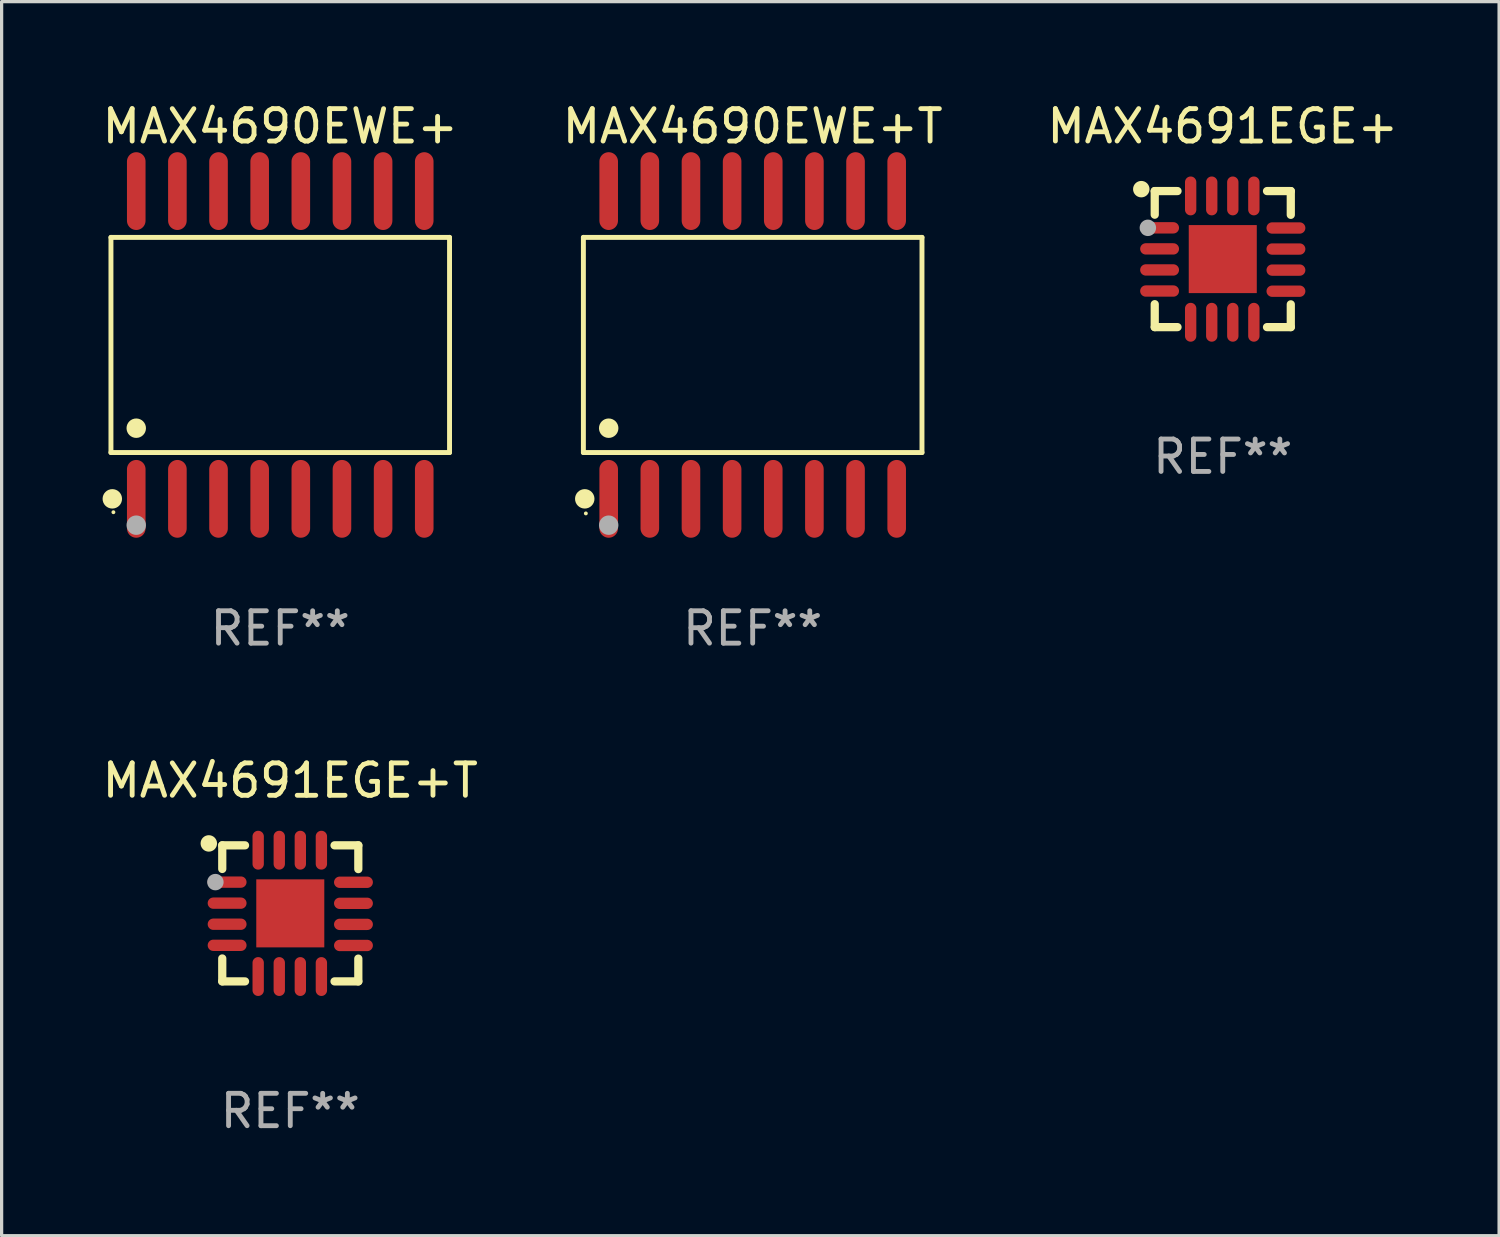
<source format=kicad_pcb>
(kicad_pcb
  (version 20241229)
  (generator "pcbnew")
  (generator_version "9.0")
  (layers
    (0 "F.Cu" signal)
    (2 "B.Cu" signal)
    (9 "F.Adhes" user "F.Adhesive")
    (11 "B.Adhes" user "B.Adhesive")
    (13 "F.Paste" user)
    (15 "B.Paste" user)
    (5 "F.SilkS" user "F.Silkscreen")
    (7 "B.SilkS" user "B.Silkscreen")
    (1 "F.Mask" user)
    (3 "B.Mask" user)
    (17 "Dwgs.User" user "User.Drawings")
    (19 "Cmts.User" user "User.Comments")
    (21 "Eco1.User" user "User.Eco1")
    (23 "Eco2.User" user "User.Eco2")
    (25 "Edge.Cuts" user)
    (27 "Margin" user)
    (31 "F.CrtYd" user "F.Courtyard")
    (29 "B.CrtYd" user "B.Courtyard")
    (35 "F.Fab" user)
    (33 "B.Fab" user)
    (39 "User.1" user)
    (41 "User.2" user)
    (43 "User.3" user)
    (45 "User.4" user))
  (footprint "MAX4691EGE+"
    (layer "F.Cu")
    (at 34.696 4.948)
    (property "Reference" "MAX4691EGE+" (at 0 -4.1 0) (layer "F.SilkS") (effects (font (size 1 1) (thickness 0.15))))
    (attr through_hole)
    (fp_line (start -2.1 -2.1) (end -2.1 -1.371) (stroke (width 0.254) (type solid)) (layer "F.SilkS"))
    (fp_line (start -2.1 -2.1) (end -1.397 -2.1) (stroke (width 0.254) (type solid)) (layer "F.SilkS"))
    (fp_line (start -2.1 1.392) (end -2.1 2.1) (stroke (width 0.254) (type solid)) (layer "F.SilkS"))
    (fp_line (start -2.1 2.1) (end -1.397 2.1) (stroke (width 0.254) (type solid)) (layer "F.SilkS"))
    (fp_line (start 1.366 -2.1) (end 2.1 -2.1) (stroke (width 0.254) (type solid)) (layer "F.SilkS"))
    (fp_line (start 1.366 2.1) (end 2.1 2.1) (stroke (width 0.254) (type solid)) (layer "F.SilkS"))
    (fp_line (start 2.1 -2.1) (end 2.1 -1.366) (stroke (width 0.254) (type solid)) (layer "F.SilkS"))
    (fp_line (start 2.1 1.397) (end 2.1 2.1) (stroke (width 0.254) (type solid)) (layer "F.SilkS"))
    (fp_circle (center -2.515 -2.159) (end -2.388 -2.159) (stroke (width 0.254) (type solid)) (fill no) (layer "F.SilkS"))
    (fp_circle (center -2.045 -1.97) (end -2.015 -1.97) (stroke (width 0.06) (type solid)) (fill no) (layer "F.SilkS"))
    (fp_circle (center -2.312 -0.965) (end -2.185 -0.965) (stroke (width 0.254) (type solid)) (fill no) (layer "F.Fab"))
    (fp_text user "REF**" (at 0 6.1 0) (layer "F.Fab") (effects (font (size 1 1) (thickness 0.15))))
    (pad "1" smd oval (at -1.95 -0.965 270) (size 0.35 1.2) (layers "F.Cu" "F.Mask" "F.Paste"))
    (pad "2" smd oval (at -1.95 -0.315 270) (size 0.35 1.2) (layers "F.Cu" "F.Mask" "F.Paste"))
    (pad "3" smd oval (at -1.95 0.335 270) (size 0.35 1.2) (layers "F.Cu" "F.Mask" "F.Paste"))
    (pad "4" smd oval (at -1.95 0.986 270) (size 0.35 1.2) (layers "F.Cu" "F.Mask" "F.Paste"))
    (pad "5" smd oval (at -0.991 1.95) (size 0.35 1.2) (layers "F.Cu" "F.Mask" "F.Paste"))
    (pad "6" smd oval (at -0.34 1.95) (size 0.35 1.2) (layers "F.Cu" "F.Mask" "F.Paste"))
    (pad "7" smd oval (at 0.31 1.95) (size 0.35 1.2) (layers "F.Cu" "F.Mask" "F.Paste"))
    (pad "8" smd oval (at 0.96 1.95) (size 0.35 1.2) (layers "F.Cu" "F.Mask" "F.Paste"))
    (pad "9" smd oval (at 1.95 0.991 270) (size 0.35 1.2) (layers "F.Cu" "F.Mask" "F.Paste"))
    (pad "10" smd oval (at 1.95 0.34 270) (size 0.35 1.2) (layers "F.Cu" "F.Mask" "F.Paste"))
    (pad "11" smd oval (at 1.95 -0.31 270) (size 0.35 1.2) (layers "F.Cu" "F.Mask" "F.Paste"))
    (pad "12" smd oval (at 1.95 -0.96 270) (size 0.35 1.2) (layers "F.Cu" "F.Mask" "F.Paste"))
    (pad "13" smd oval (at 0.96 -1.95) (size 0.35 1.2) (layers "F.Cu" "F.Mask" "F.Paste"))
    (pad "14" smd oval (at 0.31 -1.95) (size 0.35 1.2) (layers "F.Cu" "F.Mask" "F.Paste"))
    (pad "15" smd oval (at -0.34 -1.95) (size 0.35 1.2) (layers "F.Cu" "F.Mask" "F.Paste"))
    (pad "16" smd oval (at -0.991 -1.95) (size 0.35 1.2) (layers "F.Cu" "F.Mask" "F.Paste"))
    (pad "17" smd rect (at 0 0) (size 2.1 2.1) (layers "F.Cu" "F.Mask" "F.Paste")))
  (footprint "MAX4691EGE+T"
    (layer "F.Cu")
    (at 5.911 25.145)
    (property "Reference" "MAX4691EGE+T" (at 0 -4.1 0) (layer "F.SilkS") (effects (font (size 1 1) (thickness 0.15))))
    (attr through_hole)
    (fp_line (start -2.1 -2.1) (end -2.1 -1.371) (stroke (width 0.254) (type solid)) (layer "F.SilkS"))
    (fp_line (start -2.1 -2.1) (end -1.397 -2.1) (stroke (width 0.254) (type solid)) (layer "F.SilkS"))
    (fp_line (start -2.1 1.392) (end -2.1 2.1) (stroke (width 0.254) (type solid)) (layer "F.SilkS"))
    (fp_line (start -2.1 2.1) (end -1.397 2.1) (stroke (width 0.254) (type solid)) (layer "F.SilkS"))
    (fp_line (start 1.366 -2.1) (end 2.1 -2.1) (stroke (width 0.254) (type solid)) (layer "F.SilkS"))
    (fp_line (start 1.366 2.1) (end 2.1 2.1) (stroke (width 0.254) (type solid)) (layer "F.SilkS"))
    (fp_line (start 2.1 -2.1) (end 2.1 -1.366) (stroke (width 0.254) (type solid)) (layer "F.SilkS"))
    (fp_line (start 2.1 1.397) (end 2.1 2.1) (stroke (width 0.254) (type solid)) (layer "F.SilkS"))
    (fp_circle (center -2.515 -2.159) (end -2.388 -2.159) (stroke (width 0.254) (type solid)) (fill no) (layer "F.SilkS"))
    (fp_circle (center -2.045 -1.97) (end -2.015 -1.97) (stroke (width 0.06) (type solid)) (fill no) (layer "F.SilkS"))
    (fp_circle (center -2.312 -0.965) (end -2.185 -0.965) (stroke (width 0.254) (type solid)) (fill no) (layer "F.Fab"))
    (fp_text user "REF**" (at 0 6.1 0) (layer "F.Fab") (effects (font (size 1 1) (thickness 0.15))))
    (pad "1" smd oval (at -1.95 -0.965 270) (size 0.35 1.2) (layers "F.Cu" "F.Mask" "F.Paste"))
    (pad "2" smd oval (at -1.95 -0.315 270) (size 0.35 1.2) (layers "F.Cu" "F.Mask" "F.Paste"))
    (pad "3" smd oval (at -1.95 0.335 270) (size 0.35 1.2) (layers "F.Cu" "F.Mask" "F.Paste"))
    (pad "4" smd oval (at -1.95 0.986 270) (size 0.35 1.2) (layers "F.Cu" "F.Mask" "F.Paste"))
    (pad "5" smd oval (at -0.991 1.95) (size 0.35 1.2) (layers "F.Cu" "F.Mask" "F.Paste"))
    (pad "6" smd oval (at -0.34 1.95) (size 0.35 1.2) (layers "F.Cu" "F.Mask" "F.Paste"))
    (pad "7" smd oval (at 0.31 1.95) (size 0.35 1.2) (layers "F.Cu" "F.Mask" "F.Paste"))
    (pad "8" smd oval (at 0.96 1.95) (size 0.35 1.2) (layers "F.Cu" "F.Mask" "F.Paste"))
    (pad "9" smd oval (at 1.95 0.991 270) (size 0.35 1.2) (layers "F.Cu" "F.Mask" "F.Paste"))
    (pad "10" smd oval (at 1.95 0.34 270) (size 0.35 1.2) (layers "F.Cu" "F.Mask" "F.Paste"))
    (pad "11" smd oval (at 1.95 -0.31 270) (size 0.35 1.2) (layers "F.Cu" "F.Mask" "F.Paste"))
    (pad "12" smd oval (at 1.95 -0.96 270) (size 0.35 1.2) (layers "F.Cu" "F.Mask" "F.Paste"))
    (pad "13" smd oval (at 0.96 -1.95) (size 0.35 1.2) (layers "F.Cu" "F.Mask" "F.Paste"))
    (pad "14" smd oval (at 0.31 -1.95) (size 0.35 1.2) (layers "F.Cu" "F.Mask" "F.Paste"))
    (pad "15" smd oval (at -0.34 -1.95) (size 0.35 1.2) (layers "F.Cu" "F.Mask" "F.Paste"))
    (pad "16" smd oval (at -0.991 -1.95) (size 0.35 1.2) (layers "F.Cu" "F.Mask" "F.Paste"))
    (pad "17" smd rect (at 0 0) (size 2.1 2.1) (layers "F.Cu" "F.Mask" "F.Paste")))
  (footprint "MAX4690EWE+T"
    (layer "F.Cu")
    (at 20.185 7.599)
    (property "Reference" "MAX4690EWE+T" (at 0 -6.75 0) (layer "F.SilkS") (effects (font (size 1 1) (thickness 0.15))))
    (attr through_hole)
    (fp_line (start -5.226 -3.321) (end 5.226 -3.321) (stroke (width 0.152) (type solid)) (layer "F.SilkS"))
    (fp_line (start -5.226 3.321) (end -5.226 -3.321) (stroke (width 0.152) (type solid)) (layer "F.SilkS"))
    (fp_line (start 5.226 -3.321) (end 5.226 3.321) (stroke (width 0.152) (type solid)) (layer "F.SilkS"))
    (fp_line (start 5.226 3.321) (end -5.226 3.321) (stroke (width 0.152) (type solid)) (layer "F.SilkS"))
    (fp_circle (center -5.184 4.75) (end -5.034 4.75) (stroke (width 0.3) (type solid)) (fill no) (layer "F.SilkS"))
    (fp_circle (center -5.15 5.2) (end -5.12 5.2) (stroke (width 0.06) (type solid)) (fill no) (layer "F.SilkS"))
    (fp_circle (center -4.445 2.569) (end -4.295 2.569) (stroke (width 0.3) (type solid)) (fill no) (layer "F.SilkS"))
    (fp_circle (center -4.445 5.563) (end -4.295 5.563) (stroke (width 0.3) (type solid)) (fill no) (layer "F.Fab"))
    (fp_text user "REF**" (at 0 8.75 0) (layer "F.Fab") (effects (font (size 1 1) (thickness 0.15))))
    (pad "1" smd oval (at -4.445 4.75) (size 0.574 2.401) (layers "F.Cu" "F.Mask" "F.Paste"))
    (pad "2" smd oval (at -3.175 4.75) (size 0.574 2.401) (layers "F.Cu" "F.Mask" "F.Paste"))
    (pad "3" smd oval (at -1.905 4.75) (size 0.574 2.401) (layers "F.Cu" "F.Mask" "F.Paste"))
    (pad "4" smd oval (at -0.635 4.75) (size 0.574 2.401) (layers "F.Cu" "F.Mask" "F.Paste"))
    (pad "5" smd oval (at 0.635 4.75) (size 0.574 2.401) (layers "F.Cu" "F.Mask" "F.Paste"))
    (pad "6" smd oval (at 1.905 4.75) (size 0.574 2.401) (layers "F.Cu" "F.Mask" "F.Paste"))
    (pad "7" smd oval (at 3.175 4.75) (size 0.574 2.401) (layers "F.Cu" "F.Mask" "F.Paste"))
    (pad "8" smd oval (at 4.445 4.75) (size 0.574 2.401) (layers "F.Cu" "F.Mask" "F.Paste"))
    (pad "9" smd oval (at 4.445 -4.75) (size 0.574 2.401) (layers "F.Cu" "F.Mask" "F.Paste"))
    (pad "10" smd oval (at 3.175 -4.75) (size 0.574 2.401) (layers "F.Cu" "F.Mask" "F.Paste"))
    (pad "11" smd oval (at 1.905 -4.75) (size 0.574 2.401) (layers "F.Cu" "F.Mask" "F.Paste"))
    (pad "12" smd oval (at 0.635 -4.75) (size 0.574 2.401) (layers "F.Cu" "F.Mask" "F.Paste"))
    (pad "13" smd oval (at -0.635 -4.75) (size 0.574 2.401) (layers "F.Cu" "F.Mask" "F.Paste"))
    (pad "14" smd oval (at -1.905 -4.75) (size 0.574 2.401) (layers "F.Cu" "F.Mask" "F.Paste"))
    (pad "15" smd oval (at -3.175 -4.75) (size 0.574 2.401) (layers "F.Cu" "F.Mask" "F.Paste"))
    (pad "16" smd oval (at -4.445 -4.75) (size 0.574 2.401) (layers "F.Cu" "F.Mask" "F.Paste")))
  (footprint "MAX4690EWE+"
    (layer "F.Cu")
    (at 5.601 7.599)
    (property "Reference" "MAX4690EWE+" (at 0 -6.75 0) (layer "F.SilkS") (effects (font (size 1 1) (thickness 0.15))))
    (attr through_hole)
    (fp_line (start -5.226 -3.321) (end 5.226 -3.321) (stroke (width 0.152) (type solid)) (layer "F.SilkS"))
    (fp_line (start -5.226 3.321) (end -5.226 -3.321) (stroke (width 0.152) (type solid)) (layer "F.SilkS"))
    (fp_line (start 5.226 -3.321) (end 5.226 3.321) (stroke (width 0.152) (type solid)) (layer "F.SilkS"))
    (fp_line (start 5.226 3.321) (end -5.226 3.321) (stroke (width 0.152) (type solid)) (layer "F.SilkS"))
    (fp_circle (center -5.184 4.75) (end -5.034 4.75) (stroke (width 0.3) (type solid)) (fill no) (layer "F.SilkS"))
    (fp_circle (center -5.15 5.163) (end -5.12 5.163) (stroke (width 0.06) (type solid)) (fill no) (layer "F.SilkS"))
    (fp_circle (center -4.445 2.569) (end -4.295 2.569) (stroke (width 0.3) (type solid)) (fill no) (layer "F.SilkS"))
    (fp_circle (center -4.445 5.563) (end -4.295 5.563) (stroke (width 0.3) (type solid)) (fill no) (layer "F.Fab"))
    (fp_text user "REF**" (at 0 8.75 0) (layer "F.Fab") (effects (font (size 1 1) (thickness 0.15))))
    (pad "1" smd oval (at -4.445 4.75) (size 0.574 2.401) (layers "F.Cu" "F.Mask" "F.Paste"))
    (pad "2" smd oval (at -3.175 4.75) (size 0.574 2.401) (layers "F.Cu" "F.Mask" "F.Paste"))
    (pad "3" smd oval (at -1.905 4.75) (size 0.574 2.401) (layers "F.Cu" "F.Mask" "F.Paste"))
    (pad "4" smd oval (at -0.635 4.75) (size 0.574 2.401) (layers "F.Cu" "F.Mask" "F.Paste"))
    (pad "5" smd oval (at 0.635 4.75) (size 0.574 2.401) (layers "F.Cu" "F.Mask" "F.Paste"))
    (pad "6" smd oval (at 1.905 4.75) (size 0.574 2.401) (layers "F.Cu" "F.Mask" "F.Paste"))
    (pad "7" smd oval (at 3.175 4.75) (size 0.574 2.401) (layers "F.Cu" "F.Mask" "F.Paste"))
    (pad "8" smd oval (at 4.445 4.75) (size 0.574 2.401) (layers "F.Cu" "F.Mask" "F.Paste"))
    (pad "9" smd oval (at 4.445 -4.75) (size 0.574 2.401) (layers "F.Cu" "F.Mask" "F.Paste"))
    (pad "10" smd oval (at 3.175 -4.75) (size 0.574 2.401) (layers "F.Cu" "F.Mask" "F.Paste"))
    (pad "11" smd oval (at 1.905 -4.75) (size 0.574 2.401) (layers "F.Cu" "F.Mask" "F.Paste"))
    (pad "12" smd oval (at 0.635 -4.75) (size 0.574 2.401) (layers "F.Cu" "F.Mask" "F.Paste"))
    (pad "13" smd oval (at -0.635 -4.75) (size 0.574 2.401) (layers "F.Cu" "F.Mask" "F.Paste"))
    (pad "14" smd oval (at -1.905 -4.75) (size 0.574 2.401) (layers "F.Cu" "F.Mask" "F.Paste"))
    (pad "15" smd oval (at -3.175 -4.75) (size 0.574 2.401) (layers "F.Cu" "F.Mask" "F.Paste"))
    (pad "16" smd oval (at -4.445 -4.75) (size 0.574 2.401) (layers "F.Cu" "F.Mask" "F.Paste")))
  (gr_rect
    (start -3 -3)
    (end 43.226 35.094)
    (stroke (width 0.1) (type default))
    (fill no)
    (layer "Edge.Cuts")))
</source>
